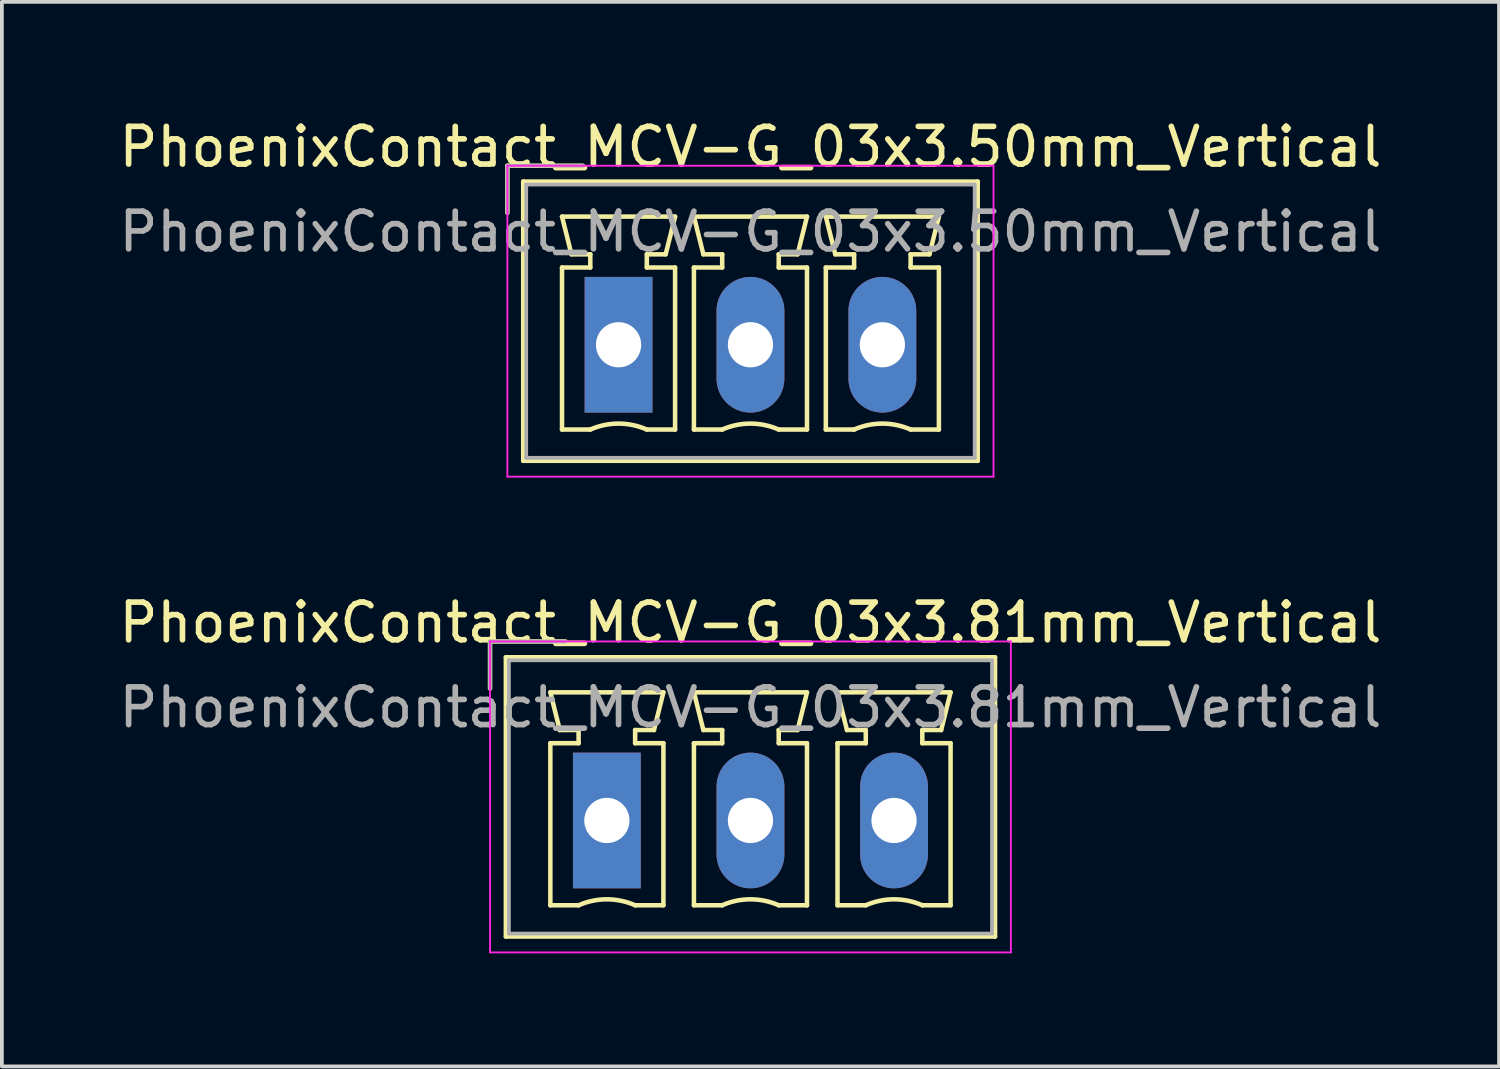
<source format=kicad_pcb>
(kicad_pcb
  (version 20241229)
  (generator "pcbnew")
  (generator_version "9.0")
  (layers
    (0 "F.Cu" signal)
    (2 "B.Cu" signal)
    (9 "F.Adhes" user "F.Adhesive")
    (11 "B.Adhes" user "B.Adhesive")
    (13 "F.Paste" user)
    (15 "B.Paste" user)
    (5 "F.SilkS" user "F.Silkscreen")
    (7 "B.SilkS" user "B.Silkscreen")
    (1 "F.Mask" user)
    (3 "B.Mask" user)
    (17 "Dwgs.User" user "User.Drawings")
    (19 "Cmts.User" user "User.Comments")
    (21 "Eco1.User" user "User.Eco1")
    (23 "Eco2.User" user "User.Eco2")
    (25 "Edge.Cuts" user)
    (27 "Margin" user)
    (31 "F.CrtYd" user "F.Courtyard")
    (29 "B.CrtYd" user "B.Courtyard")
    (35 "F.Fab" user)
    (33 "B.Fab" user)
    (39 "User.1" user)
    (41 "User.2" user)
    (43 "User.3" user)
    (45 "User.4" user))
  (footprint "PhoenixContact_MCV-G_03x3.50mm_Vertical"
    (layer "F.Cu")
    (at 13.363 6.098)
    (property "Reference" "PhoenixContact_MCV-G_03x3.50mm_Vertical" (at 3.5 -5.25 0) (layer "F.SilkS") (effects (font (size 1 1) (thickness 0.15))))
    (attr through_hole)
    (fp_line (start -2.95 -4.75) (end -0.95 -4.75) (stroke (width 0.12) (type solid)) (layer "F.SilkS"))
    (fp_line (start -2.95 -3.5) (end -2.95 -4.75) (stroke (width 0.12) (type solid)) (layer "F.SilkS"))
    (fp_line (start -2.53 -4.33) (end -2.53 3.08) (stroke (width 0.12) (type solid)) (layer "F.SilkS"))
    (fp_line (start -2.53 3.08) (end 9.53 3.08) (stroke (width 0.12) (type solid)) (layer "F.SilkS"))
    (fp_line (start -1.5 -3.4) (end 1.5 -3.4) (stroke (width 0.12) (type solid)) (layer "F.SilkS"))
    (fp_line (start -1.5 -2.05) (end -0.75 -2.05) (stroke (width 0.12) (type solid)) (layer "F.SilkS"))
    (fp_line (start -1.5 2.25) (end -1.5 -2.05) (stroke (width 0.12) (type solid)) (layer "F.SilkS"))
    (fp_line (start -1.25 -2.4) (end -1.5 -3.4) (stroke (width 0.12) (type solid)) (layer "F.SilkS"))
    (fp_line (start -0.75 -2.4) (end -1.25 -2.4) (stroke (width 0.12) (type solid)) (layer "F.SilkS"))
    (fp_line (start -0.75 -2.05) (end -0.75 -2.4) (stroke (width 0.12) (type solid)) (layer "F.SilkS"))
    (fp_line (start -0.75 2.25) (end -1.5 2.25) (stroke (width 0.12) (type solid)) (layer "F.SilkS"))
    (fp_line (start 0.75 -2.4) (end 0.75 -2.05) (stroke (width 0.12) (type solid)) (layer "F.SilkS"))
    (fp_line (start 0.75 -2.05) (end 1.5 -2.05) (stroke (width 0.12) (type solid)) (layer "F.SilkS"))
    (fp_line (start 1.25 -2.4) (end 0.75 -2.4) (stroke (width 0.12) (type solid)) (layer "F.SilkS"))
    (fp_line (start 1.5 -3.4) (end 1.25 -2.4) (stroke (width 0.12) (type solid)) (layer "F.SilkS"))
    (fp_line (start 1.5 -2.05) (end 1.5 2.25) (stroke (width 0.12) (type solid)) (layer "F.SilkS"))
    (fp_line (start 1.5 2.25) (end 0.75 2.25) (stroke (width 0.12) (type solid)) (layer "F.SilkS"))
    (fp_line (start 2 -3.4) (end 5 -3.4) (stroke (width 0.12) (type solid)) (layer "F.SilkS"))
    (fp_line (start 2 -2.05) (end 2.75 -2.05) (stroke (width 0.12) (type solid)) (layer "F.SilkS"))
    (fp_line (start 2 2.25) (end 2 -2.05) (stroke (width 0.12) (type solid)) (layer "F.SilkS"))
    (fp_line (start 2.25 -2.4) (end 2 -3.4) (stroke (width 0.12) (type solid)) (layer "F.SilkS"))
    (fp_line (start 2.75 -2.4) (end 2.25 -2.4) (stroke (width 0.12) (type solid)) (layer "F.SilkS"))
    (fp_line (start 2.75 -2.05) (end 2.75 -2.4) (stroke (width 0.12) (type solid)) (layer "F.SilkS"))
    (fp_line (start 2.75 2.25) (end 2 2.25) (stroke (width 0.12) (type solid)) (layer "F.SilkS"))
    (fp_line (start 4.25 -2.4) (end 4.25 -2.05) (stroke (width 0.12) (type solid)) (layer "F.SilkS"))
    (fp_line (start 4.25 -2.05) (end 5 -2.05) (stroke (width 0.12) (type solid)) (layer "F.SilkS"))
    (fp_line (start 4.75 -2.4) (end 4.25 -2.4) (stroke (width 0.12) (type solid)) (layer "F.SilkS"))
    (fp_line (start 5 -3.4) (end 4.75 -2.4) (stroke (width 0.12) (type solid)) (layer "F.SilkS"))
    (fp_line (start 5 -2.05) (end 5 2.25) (stroke (width 0.12) (type solid)) (layer "F.SilkS"))
    (fp_line (start 5 2.25) (end 4.25 2.25) (stroke (width 0.12) (type solid)) (layer "F.SilkS"))
    (fp_line (start 5.5 -3.4) (end 8.5 -3.4) (stroke (width 0.12) (type solid)) (layer "F.SilkS"))
    (fp_line (start 5.5 -2.05) (end 6.25 -2.05) (stroke (width 0.12) (type solid)) (layer "F.SilkS"))
    (fp_line (start 5.5 2.25) (end 5.5 -2.05) (stroke (width 0.12) (type solid)) (layer "F.SilkS"))
    (fp_line (start 5.75 -2.4) (end 5.5 -3.4) (stroke (width 0.12) (type solid)) (layer "F.SilkS"))
    (fp_line (start 6.25 -2.4) (end 5.75 -2.4) (stroke (width 0.12) (type solid)) (layer "F.SilkS"))
    (fp_line (start 6.25 -2.05) (end 6.25 -2.4) (stroke (width 0.12) (type solid)) (layer "F.SilkS"))
    (fp_line (start 6.25 2.25) (end 5.5 2.25) (stroke (width 0.12) (type solid)) (layer "F.SilkS"))
    (fp_line (start 7.75 -2.4) (end 7.75 -2.05) (stroke (width 0.12) (type solid)) (layer "F.SilkS"))
    (fp_line (start 7.75 -2.05) (end 8.5 -2.05) (stroke (width 0.12) (type solid)) (layer "F.SilkS"))
    (fp_line (start 8.25 -2.4) (end 7.75 -2.4) (stroke (width 0.12) (type solid)) (layer "F.SilkS"))
    (fp_line (start 8.5 -3.4) (end 8.25 -2.4) (stroke (width 0.12) (type solid)) (layer "F.SilkS"))
    (fp_line (start 8.5 -2.05) (end 8.5 2.25) (stroke (width 0.12) (type solid)) (layer "F.SilkS"))
    (fp_line (start 8.5 2.25) (end 7.75 2.25) (stroke (width 0.12) (type solid)) (layer "F.SilkS"))
    (fp_line (start 9.53 -4.33) (end -2.53 -4.33) (stroke (width 0.12) (type solid)) (layer "F.SilkS"))
    (fp_line (start 9.53 3.08) (end 9.53 -4.33) (stroke (width 0.12) (type solid)) (layer "F.SilkS"))
    (fp_arc (start -0.75 2.25) (mid -0.000193 2.09191) (end 0.749647 2.249844) (stroke (width 0.12) (type solid)) (layer "F.SilkS"))
    (fp_arc (start 2.75 2.25) (mid 3.499807 2.09191) (end 4.249647 2.249844) (stroke (width 0.12) (type solid)) (layer "F.SilkS"))
    (fp_arc (start 6.25 2.25) (mid 6.999807 2.09191) (end 7.749647 2.249844) (stroke (width 0.12) (type solid)) (layer "F.SilkS"))
    (fp_line (start -2.95 -4.75) (end -2.95 3.5) (stroke (width 0.05) (type solid)) (layer "F.CrtYd"))
    (fp_line (start -2.95 3.5) (end 9.95 3.5) (stroke (width 0.05) (type solid)) (layer "F.CrtYd"))
    (fp_line (start 9.95 -4.75) (end -2.95 -4.75) (stroke (width 0.05) (type solid)) (layer "F.CrtYd"))
    (fp_line (start 9.95 3.5) (end 9.95 -4.75) (stroke (width 0.05) (type solid)) (layer "F.CrtYd"))
    (fp_line (start -2.95 -4.75) (end -0.95 -4.75) (stroke (width 0.1) (type solid)) (layer "F.Fab"))
    (fp_line (start -2.95 -3.5) (end -2.95 -4.75) (stroke (width 0.1) (type solid)) (layer "F.Fab"))
    (fp_line (start -2.45 -4.25) (end -2.45 3) (stroke (width 0.1) (type solid)) (layer "F.Fab"))
    (fp_line (start -2.45 3) (end 9.45 3) (stroke (width 0.1) (type solid)) (layer "F.Fab"))
    (fp_line (start 9.45 -4.25) (end -2.45 -4.25) (stroke (width 0.1) (type solid)) (layer "F.Fab"))
    (fp_line (start 9.45 3) (end 9.45 -4.25) (stroke (width 0.1) (type solid)) (layer "F.Fab"))
    (fp_text user "${REFERENCE}" (at 3.5 -3 0) (layer "F.Fab") (effects (font (size 1 1) (thickness 0.15))))
    (pad "1" thru_hole rect (at 0 0) (size 1.8 3.6) (drill 1.2) (layers "*.Cu" "*.Mask"))
    (pad "2" thru_hole oval (at 3.5 0) (size 1.8 3.6) (drill 1.2) (layers "*.Cu" "*.Mask"))
    (pad "3" thru_hole oval (at 7 0) (size 1.8 3.6) (drill 1.2) (layers "*.Cu" "*.Mask")))
  (footprint "PhoenixContact_MCV-G_03x3.81mm_Vertical"
    (layer "F.Cu")
    (at 13.053 18.721)
    (property "Reference" "PhoenixContact_MCV-G_03x3.81mm_Vertical" (at 3.81 -5.25 0) (layer "F.SilkS") (effects (font (size 1 1) (thickness 0.15))))
    (attr through_hole)
    (fp_line (start -3.1 -4.75) (end -1.1 -4.75) (stroke (width 0.12) (type solid)) (layer "F.SilkS"))
    (fp_line (start -3.1 -3.5) (end -3.1 -4.75) (stroke (width 0.12) (type solid)) (layer "F.SilkS"))
    (fp_line (start -2.68 -4.33) (end -2.68 3.08) (stroke (width 0.12) (type solid)) (layer "F.SilkS"))
    (fp_line (start -2.68 3.08) (end 10.3 3.08) (stroke (width 0.12) (type solid)) (layer "F.SilkS"))
    (fp_line (start -1.5 -3.4) (end 1.5 -3.4) (stroke (width 0.12) (type solid)) (layer "F.SilkS"))
    (fp_line (start -1.5 -2.05) (end -0.75 -2.05) (stroke (width 0.12) (type solid)) (layer "F.SilkS"))
    (fp_line (start -1.5 2.25) (end -1.5 -2.05) (stroke (width 0.12) (type solid)) (layer "F.SilkS"))
    (fp_line (start -1.25 -2.4) (end -1.5 -3.4) (stroke (width 0.12) (type solid)) (layer "F.SilkS"))
    (fp_line (start -0.75 -2.4) (end -1.25 -2.4) (stroke (width 0.12) (type solid)) (layer "F.SilkS"))
    (fp_line (start -0.75 -2.05) (end -0.75 -2.4) (stroke (width 0.12) (type solid)) (layer "F.SilkS"))
    (fp_line (start -0.75 2.25) (end -1.5 2.25) (stroke (width 0.12) (type solid)) (layer "F.SilkS"))
    (fp_line (start 0.75 -2.4) (end 0.75 -2.05) (stroke (width 0.12) (type solid)) (layer "F.SilkS"))
    (fp_line (start 0.75 -2.05) (end 1.5 -2.05) (stroke (width 0.12) (type solid)) (layer "F.SilkS"))
    (fp_line (start 1.25 -2.4) (end 0.75 -2.4) (stroke (width 0.12) (type solid)) (layer "F.SilkS"))
    (fp_line (start 1.5 -3.4) (end 1.25 -2.4) (stroke (width 0.12) (type solid)) (layer "F.SilkS"))
    (fp_line (start 1.5 -2.05) (end 1.5 2.25) (stroke (width 0.12) (type solid)) (layer "F.SilkS"))
    (fp_line (start 1.5 2.25) (end 0.75 2.25) (stroke (width 0.12) (type solid)) (layer "F.SilkS"))
    (fp_line (start 2.31 -3.4) (end 5.31 -3.4) (stroke (width 0.12) (type solid)) (layer "F.SilkS"))
    (fp_line (start 2.31 -2.05) (end 3.06 -2.05) (stroke (width 0.12) (type solid)) (layer "F.SilkS"))
    (fp_line (start 2.31 2.25) (end 2.31 -2.05) (stroke (width 0.12) (type solid)) (layer "F.SilkS"))
    (fp_line (start 2.56 -2.4) (end 2.31 -3.4) (stroke (width 0.12) (type solid)) (layer "F.SilkS"))
    (fp_line (start 3.06 -2.4) (end 2.56 -2.4) (stroke (width 0.12) (type solid)) (layer "F.SilkS"))
    (fp_line (start 3.06 -2.05) (end 3.06 -2.4) (stroke (width 0.12) (type solid)) (layer "F.SilkS"))
    (fp_line (start 3.06 2.25) (end 2.31 2.25) (stroke (width 0.12) (type solid)) (layer "F.SilkS"))
    (fp_line (start 4.56 -2.4) (end 4.56 -2.05) (stroke (width 0.12) (type solid)) (layer "F.SilkS"))
    (fp_line (start 4.56 -2.05) (end 5.31 -2.05) (stroke (width 0.12) (type solid)) (layer "F.SilkS"))
    (fp_line (start 5.06 -2.4) (end 4.56 -2.4) (stroke (width 0.12) (type solid)) (layer "F.SilkS"))
    (fp_line (start 5.31 -3.4) (end 5.06 -2.4) (stroke (width 0.12) (type solid)) (layer "F.SilkS"))
    (fp_line (start 5.31 -2.05) (end 5.31 2.25) (stroke (width 0.12) (type solid)) (layer "F.SilkS"))
    (fp_line (start 5.31 2.25) (end 4.56 2.25) (stroke (width 0.12) (type solid)) (layer "F.SilkS"))
    (fp_line (start 6.12 -3.4) (end 9.12 -3.4) (stroke (width 0.12) (type solid)) (layer "F.SilkS"))
    (fp_line (start 6.12 -2.05) (end 6.87 -2.05) (stroke (width 0.12) (type solid)) (layer "F.SilkS"))
    (fp_line (start 6.12 2.25) (end 6.12 -2.05) (stroke (width 0.12) (type solid)) (layer "F.SilkS"))
    (fp_line (start 6.37 -2.4) (end 6.12 -3.4) (stroke (width 0.12) (type solid)) (layer "F.SilkS"))
    (fp_line (start 6.87 -2.4) (end 6.37 -2.4) (stroke (width 0.12) (type solid)) (layer "F.SilkS"))
    (fp_line (start 6.87 -2.05) (end 6.87 -2.4) (stroke (width 0.12) (type solid)) (layer "F.SilkS"))
    (fp_line (start 6.87 2.25) (end 6.12 2.25) (stroke (width 0.12) (type solid)) (layer "F.SilkS"))
    (fp_line (start 8.37 -2.4) (end 8.37 -2.05) (stroke (width 0.12) (type solid)) (layer "F.SilkS"))
    (fp_line (start 8.37 -2.05) (end 9.12 -2.05) (stroke (width 0.12) (type solid)) (layer "F.SilkS"))
    (fp_line (start 8.87 -2.4) (end 8.37 -2.4) (stroke (width 0.12) (type solid)) (layer "F.SilkS"))
    (fp_line (start 9.12 -3.4) (end 8.87 -2.4) (stroke (width 0.12) (type solid)) (layer "F.SilkS"))
    (fp_line (start 9.12 -2.05) (end 9.12 2.25) (stroke (width 0.12) (type solid)) (layer "F.SilkS"))
    (fp_line (start 9.12 2.25) (end 8.37 2.25) (stroke (width 0.12) (type solid)) (layer "F.SilkS"))
    (fp_line (start 10.3 -4.33) (end -2.68 -4.33) (stroke (width 0.12) (type solid)) (layer "F.SilkS"))
    (fp_line (start 10.3 3.08) (end 10.3 -4.33) (stroke (width 0.12) (type solid)) (layer "F.SilkS"))
    (fp_arc (start -0.75 2.25) (mid -0.000193 2.09191) (end 0.749647 2.249844) (stroke (width 0.12) (type solid)) (layer "F.SilkS"))
    (fp_arc (start 3.06 2.25) (mid 3.809807 2.09191) (end 4.559647 2.249844) (stroke (width 0.12) (type solid)) (layer "F.SilkS"))
    (fp_arc (start 6.87 2.25) (mid 7.619807 2.09191) (end 8.369647 2.249844) (stroke (width 0.12) (type solid)) (layer "F.SilkS"))
    (fp_line (start -3.1 -4.75) (end -3.1 3.5) (stroke (width 0.05) (type solid)) (layer "F.CrtYd"))
    (fp_line (start -3.1 3.5) (end 10.72 3.5) (stroke (width 0.05) (type solid)) (layer "F.CrtYd"))
    (fp_line (start 10.72 -4.75) (end -3.1 -4.75) (stroke (width 0.05) (type solid)) (layer "F.CrtYd"))
    (fp_line (start 10.72 3.5) (end 10.72 -4.75) (stroke (width 0.05) (type solid)) (layer "F.CrtYd"))
    (fp_line (start -3.1 -4.75) (end -1.1 -4.75) (stroke (width 0.1) (type solid)) (layer "F.Fab"))
    (fp_line (start -3.1 -3.5) (end -3.1 -4.75) (stroke (width 0.1) (type solid)) (layer "F.Fab"))
    (fp_line (start -2.6 -4.25) (end -2.6 3) (stroke (width 0.1) (type solid)) (layer "F.Fab"))
    (fp_line (start -2.6 3) (end 10.22 3) (stroke (width 0.1) (type solid)) (layer "F.Fab"))
    (fp_line (start 10.22 -4.25) (end -2.6 -4.25) (stroke (width 0.1) (type solid)) (layer "F.Fab"))
    (fp_line (start 10.22 3) (end 10.22 -4.25) (stroke (width 0.1) (type solid)) (layer "F.Fab"))
    (fp_text user "${REFERENCE}" (at 3.81 -3 0) (layer "F.Fab") (effects (font (size 1 1) (thickness 0.15))))
    (pad "1" thru_hole rect (at 0 0) (size 1.8 3.6) (drill 1.2) (layers "*.Cu" "*.Mask"))
    (pad "2" thru_hole oval (at 3.81 0) (size 1.8 3.6) (drill 1.2) (layers "*.Cu" "*.Mask"))
    (pad "3" thru_hole oval (at 7.62 0) (size 1.8 3.6) (drill 1.2) (layers "*.Cu" "*.Mask")))
  (gr_rect
    (start -3 -3)
    (end 36.726 25.247)
    (stroke (width 0.1) (type default))
    (fill no)
    (layer "Edge.Cuts")))
</source>
